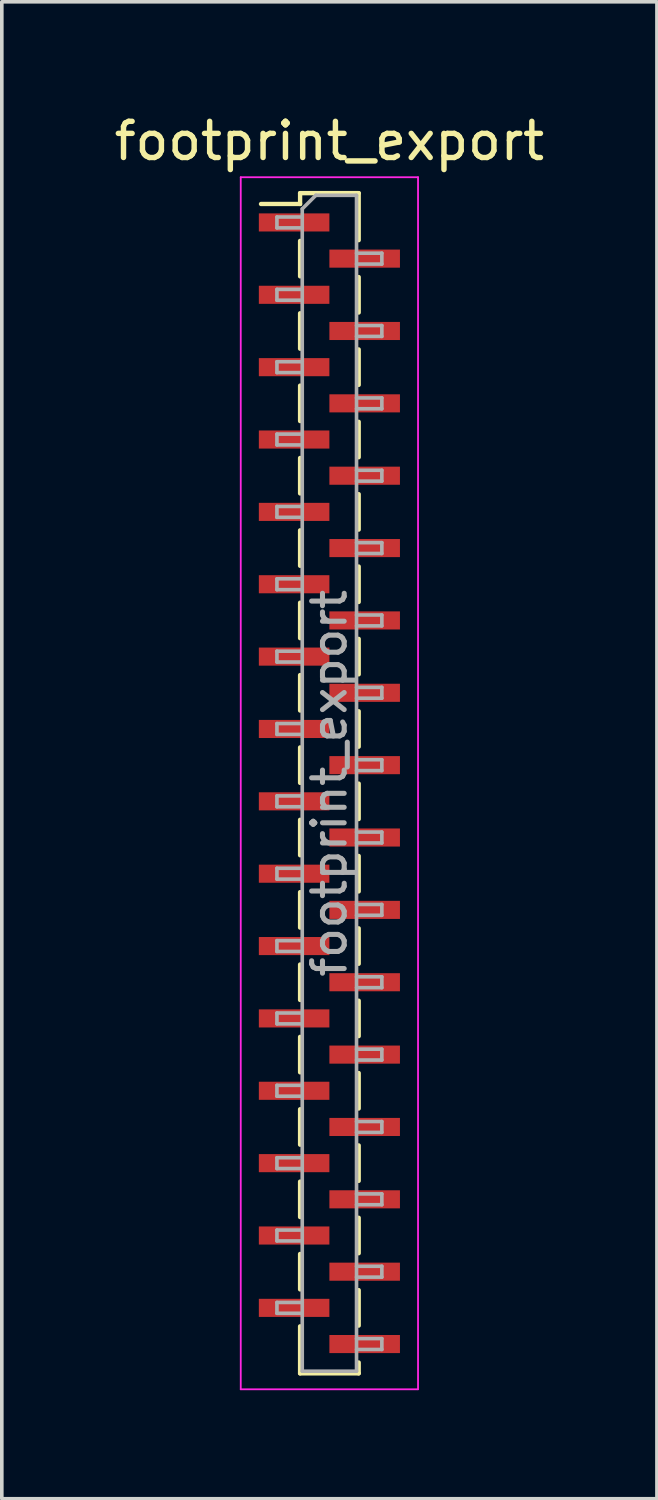
<source format=kicad_pcb>
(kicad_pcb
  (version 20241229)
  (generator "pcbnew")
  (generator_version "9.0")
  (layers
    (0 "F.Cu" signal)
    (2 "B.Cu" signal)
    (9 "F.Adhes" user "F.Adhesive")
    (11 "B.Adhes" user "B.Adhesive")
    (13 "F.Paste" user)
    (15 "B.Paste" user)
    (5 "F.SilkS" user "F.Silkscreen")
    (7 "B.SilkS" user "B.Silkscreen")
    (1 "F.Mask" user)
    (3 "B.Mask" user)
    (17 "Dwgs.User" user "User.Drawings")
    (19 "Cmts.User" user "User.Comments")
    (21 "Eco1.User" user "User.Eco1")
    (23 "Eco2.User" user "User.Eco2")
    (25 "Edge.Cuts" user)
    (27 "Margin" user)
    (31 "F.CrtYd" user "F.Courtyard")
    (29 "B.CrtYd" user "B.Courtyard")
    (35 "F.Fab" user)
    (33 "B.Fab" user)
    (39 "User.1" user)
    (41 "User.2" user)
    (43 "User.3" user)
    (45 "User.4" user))
  (footprint "footprint_export"
    (layer "F.Cu")
    (at 6.054 18.598)
    (property "Reference" "footprint_export" (at 0 -17.75 0) (layer "F.SilkS") (effects (font (size 1 1) (thickness 0.15))))
    (attr smd)
    (fp_line (start -1.89 -16.01) (end -0.81 -16.01) (stroke (width 0.12) (type solid)) (layer "F.SilkS"))
    (fp_line (start -0.81 -16.31) (end -0.81 -16.01) (stroke (width 0.12) (type solid)) (layer "F.SilkS"))
    (fp_line (start -0.81 -16.31) (end 0.81 -16.31) (stroke (width 0.12) (type solid)) (layer "F.SilkS"))
    (fp_line (start -0.81 -14.99) (end -0.81 -14.01) (stroke (width 0.12) (type solid)) (layer "F.SilkS"))
    (fp_line (start -0.81 -12.99) (end -0.81 -12.01) (stroke (width 0.12) (type solid)) (layer "F.SilkS"))
    (fp_line (start -0.81 -10.99) (end -0.81 -10.01) (stroke (width 0.12) (type solid)) (layer "F.SilkS"))
    (fp_line (start -0.81 -8.99) (end -0.81 -8.01) (stroke (width 0.12) (type solid)) (layer "F.SilkS"))
    (fp_line (start -0.81 -6.99) (end -0.81 -6.01) (stroke (width 0.12) (type solid)) (layer "F.SilkS"))
    (fp_line (start -0.81 -4.99) (end -0.81 -4.01) (stroke (width 0.12) (type solid)) (layer "F.SilkS"))
    (fp_line (start -0.81 -2.99) (end -0.81 -2.01) (stroke (width 0.12) (type solid)) (layer "F.SilkS"))
    (fp_line (start -0.81 -0.99) (end -0.81 -0.01) (stroke (width 0.12) (type solid)) (layer "F.SilkS"))
    (fp_line (start -0.81 1.01) (end -0.81 1.99) (stroke (width 0.12) (type solid)) (layer "F.SilkS"))
    (fp_line (start -0.81 3.01) (end -0.81 3.99) (stroke (width 0.12) (type solid)) (layer "F.SilkS"))
    (fp_line (start -0.81 5.01) (end -0.81 5.99) (stroke (width 0.12) (type solid)) (layer "F.SilkS"))
    (fp_line (start -0.81 7.01) (end -0.81 7.99) (stroke (width 0.12) (type solid)) (layer "F.SilkS"))
    (fp_line (start -0.81 9.01) (end -0.81 9.99) (stroke (width 0.12) (type solid)) (layer "F.SilkS"))
    (fp_line (start -0.81 11.01) (end -0.81 11.99) (stroke (width 0.12) (type solid)) (layer "F.SilkS"))
    (fp_line (start -0.81 13.01) (end -0.81 13.99) (stroke (width 0.12) (type solid)) (layer "F.SilkS"))
    (fp_line (start -0.81 15.01) (end -0.81 16.31) (stroke (width 0.12) (type solid)) (layer "F.SilkS"))
    (fp_line (start -0.81 16.31) (end 0.81 16.31) (stroke (width 0.12) (type solid)) (layer "F.SilkS"))
    (fp_line (start 0.81 -16.31) (end 0.81 -15.01) (stroke (width 0.12) (type solid)) (layer "F.SilkS"))
    (fp_line (start 0.81 -13.99) (end 0.81 -13.01) (stroke (width 0.12) (type solid)) (layer "F.SilkS"))
    (fp_line (start 0.81 -11.99) (end 0.81 -11.01) (stroke (width 0.12) (type solid)) (layer "F.SilkS"))
    (fp_line (start 0.81 -9.99) (end 0.81 -9.01) (stroke (width 0.12) (type solid)) (layer "F.SilkS"))
    (fp_line (start 0.81 -7.99) (end 0.81 -7.01) (stroke (width 0.12) (type solid)) (layer "F.SilkS"))
    (fp_line (start 0.81 -5.99) (end 0.81 -5.01) (stroke (width 0.12) (type solid)) (layer "F.SilkS"))
    (fp_line (start 0.81 -3.99) (end 0.81 -3.01) (stroke (width 0.12) (type solid)) (layer "F.SilkS"))
    (fp_line (start 0.81 -1.99) (end 0.81 -1.01) (stroke (width 0.12) (type solid)) (layer "F.SilkS"))
    (fp_line (start 0.81 0.01) (end 0.81 0.99) (stroke (width 0.12) (type solid)) (layer "F.SilkS"))
    (fp_line (start 0.81 2.01) (end 0.81 2.99) (stroke (width 0.12) (type solid)) (layer "F.SilkS"))
    (fp_line (start 0.81 4.01) (end 0.81 4.99) (stroke (width 0.12) (type solid)) (layer "F.SilkS"))
    (fp_line (start 0.81 6.01) (end 0.81 6.99) (stroke (width 0.12) (type solid)) (layer "F.SilkS"))
    (fp_line (start 0.81 8.01) (end 0.81 8.99) (stroke (width 0.12) (type solid)) (layer "F.SilkS"))
    (fp_line (start 0.81 10.01) (end 0.81 10.99) (stroke (width 0.12) (type solid)) (layer "F.SilkS"))
    (fp_line (start 0.81 12.01) (end 0.81 12.99) (stroke (width 0.12) (type solid)) (layer "F.SilkS"))
    (fp_line (start 0.81 14.01) (end 0.81 14.99) (stroke (width 0.12) (type solid)) (layer "F.SilkS"))
    (fp_line (start 0.81 16.01) (end 0.81 16.31) (stroke (width 0.12) (type solid)) (layer "F.SilkS"))
    (fp_line (start -2.45 -16.75) (end 2.45 -16.75) (stroke (width 0.05) (type solid)) (layer "F.CrtYd"))
    (fp_line (start -2.45 16.75) (end -2.45 -16.75) (stroke (width 0.05) (type solid)) (layer "F.CrtYd"))
    (fp_line (start 2.45 -16.75) (end 2.45 16.75) (stroke (width 0.05) (type solid)) (layer "F.CrtYd"))
    (fp_line (start 2.45 16.75) (end -2.45 16.75) (stroke (width 0.05) (type solid)) (layer "F.CrtYd"))
    (fp_line (start -1.45 -15.65) (end -0.75 -15.65) (stroke (width 0.1) (type solid)) (layer "F.Fab"))
    (fp_line (start -1.45 -15.35) (end -1.45 -15.65) (stroke (width 0.1) (type solid)) (layer "F.Fab"))
    (fp_line (start -1.45 -13.65) (end -0.75 -13.65) (stroke (width 0.1) (type solid)) (layer "F.Fab"))
    (fp_line (start -1.45 -13.35) (end -1.45 -13.65) (stroke (width 0.1) (type solid)) (layer "F.Fab"))
    (fp_line (start -1.45 -11.65) (end -0.75 -11.65) (stroke (width 0.1) (type solid)) (layer "F.Fab"))
    (fp_line (start -1.45 -11.35) (end -1.45 -11.65) (stroke (width 0.1) (type solid)) (layer "F.Fab"))
    (fp_line (start -1.45 -9.65) (end -0.75 -9.65) (stroke (width 0.1) (type solid)) (layer "F.Fab"))
    (fp_line (start -1.45 -9.35) (end -1.45 -9.65) (stroke (width 0.1) (type solid)) (layer "F.Fab"))
    (fp_line (start -1.45 -7.65) (end -0.75 -7.65) (stroke (width 0.1) (type solid)) (layer "F.Fab"))
    (fp_line (start -1.45 -7.35) (end -1.45 -7.65) (stroke (width 0.1) (type solid)) (layer "F.Fab"))
    (fp_line (start -1.45 -5.65) (end -0.75 -5.65) (stroke (width 0.1) (type solid)) (layer "F.Fab"))
    (fp_line (start -1.45 -5.35) (end -1.45 -5.65) (stroke (width 0.1) (type solid)) (layer "F.Fab"))
    (fp_line (start -1.45 -3.65) (end -0.75 -3.65) (stroke (width 0.1) (type solid)) (layer "F.Fab"))
    (fp_line (start -1.45 -3.35) (end -1.45 -3.65) (stroke (width 0.1) (type solid)) (layer "F.Fab"))
    (fp_line (start -1.45 -1.65) (end -0.75 -1.65) (stroke (width 0.1) (type solid)) (layer "F.Fab"))
    (fp_line (start -1.45 -1.35) (end -1.45 -1.65) (stroke (width 0.1) (type solid)) (layer "F.Fab"))
    (fp_line (start -1.45 0.35) (end -0.75 0.35) (stroke (width 0.1) (type solid)) (layer "F.Fab"))
    (fp_line (start -1.45 0.65) (end -1.45 0.35) (stroke (width 0.1) (type solid)) (layer "F.Fab"))
    (fp_line (start -1.45 2.35) (end -0.75 2.35) (stroke (width 0.1) (type solid)) (layer "F.Fab"))
    (fp_line (start -1.45 2.65) (end -1.45 2.35) (stroke (width 0.1) (type solid)) (layer "F.Fab"))
    (fp_line (start -1.45 4.35) (end -0.75 4.35) (stroke (width 0.1) (type solid)) (layer "F.Fab"))
    (fp_line (start -1.45 4.65) (end -1.45 4.35) (stroke (width 0.1) (type solid)) (layer "F.Fab"))
    (fp_line (start -1.45 6.35) (end -0.75 6.35) (stroke (width 0.1) (type solid)) (layer "F.Fab"))
    (fp_line (start -1.45 6.65) (end -1.45 6.35) (stroke (width 0.1) (type solid)) (layer "F.Fab"))
    (fp_line (start -1.45 8.35) (end -0.75 8.35) (stroke (width 0.1) (type solid)) (layer "F.Fab"))
    (fp_line (start -1.45 8.65) (end -1.45 8.35) (stroke (width 0.1) (type solid)) (layer "F.Fab"))
    (fp_line (start -1.45 10.35) (end -0.75 10.35) (stroke (width 0.1) (type solid)) (layer "F.Fab"))
    (fp_line (start -1.45 10.65) (end -1.45 10.35) (stroke (width 0.1) (type solid)) (layer "F.Fab"))
    (fp_line (start -1.45 12.35) (end -0.75 12.35) (stroke (width 0.1) (type solid)) (layer "F.Fab"))
    (fp_line (start -1.45 12.65) (end -1.45 12.35) (stroke (width 0.1) (type solid)) (layer "F.Fab"))
    (fp_line (start -1.45 14.35) (end -0.75 14.35) (stroke (width 0.1) (type solid)) (layer "F.Fab"))
    (fp_line (start -1.45 14.65) (end -1.45 14.35) (stroke (width 0.1) (type solid)) (layer "F.Fab"))
    (fp_line (start -0.75 -15.875) (end -0.375 -16.25) (stroke (width 0.1) (type solid)) (layer "F.Fab"))
    (fp_line (start -0.75 -15.35) (end -1.45 -15.35) (stroke (width 0.1) (type solid)) (layer "F.Fab"))
    (fp_line (start -0.75 -13.35) (end -1.45 -13.35) (stroke (width 0.1) (type solid)) (layer "F.Fab"))
    (fp_line (start -0.75 -11.35) (end -1.45 -11.35) (stroke (width 0.1) (type solid)) (layer "F.Fab"))
    (fp_line (start -0.75 -9.35) (end -1.45 -9.35) (stroke (width 0.1) (type solid)) (layer "F.Fab"))
    (fp_line (start -0.75 -7.35) (end -1.45 -7.35) (stroke (width 0.1) (type solid)) (layer "F.Fab"))
    (fp_line (start -0.75 -5.35) (end -1.45 -5.35) (stroke (width 0.1) (type solid)) (layer "F.Fab"))
    (fp_line (start -0.75 -3.35) (end -1.45 -3.35) (stroke (width 0.1) (type solid)) (layer "F.Fab"))
    (fp_line (start -0.75 -1.35) (end -1.45 -1.35) (stroke (width 0.1) (type solid)) (layer "F.Fab"))
    (fp_line (start -0.75 0.65) (end -1.45 0.65) (stroke (width 0.1) (type solid)) (layer "F.Fab"))
    (fp_line (start -0.75 2.65) (end -1.45 2.65) (stroke (width 0.1) (type solid)) (layer "F.Fab"))
    (fp_line (start -0.75 4.65) (end -1.45 4.65) (stroke (width 0.1) (type solid)) (layer "F.Fab"))
    (fp_line (start -0.75 6.65) (end -1.45 6.65) (stroke (width 0.1) (type solid)) (layer "F.Fab"))
    (fp_line (start -0.75 8.65) (end -1.45 8.65) (stroke (width 0.1) (type solid)) (layer "F.Fab"))
    (fp_line (start -0.75 10.65) (end -1.45 10.65) (stroke (width 0.1) (type solid)) (layer "F.Fab"))
    (fp_line (start -0.75 12.65) (end -1.45 12.65) (stroke (width 0.1) (type solid)) (layer "F.Fab"))
    (fp_line (start -0.75 14.65) (end -1.45 14.65) (stroke (width 0.1) (type solid)) (layer "F.Fab"))
    (fp_line (start -0.75 16.25) (end -0.75 -15.875) (stroke (width 0.1) (type solid)) (layer "F.Fab"))
    (fp_line (start -0.375 -16.25) (end 0.75 -16.25) (stroke (width 0.1) (type solid)) (layer "F.Fab"))
    (fp_line (start 0.75 -16.25) (end 0.75 16.25) (stroke (width 0.1) (type solid)) (layer "F.Fab"))
    (fp_line (start 0.75 -14.65) (end 1.45 -14.65) (stroke (width 0.1) (type solid)) (layer "F.Fab"))
    (fp_line (start 0.75 -12.65) (end 1.45 -12.65) (stroke (width 0.1) (type solid)) (layer "F.Fab"))
    (fp_line (start 0.75 -10.65) (end 1.45 -10.65) (stroke (width 0.1) (type solid)) (layer "F.Fab"))
    (fp_line (start 0.75 -8.65) (end 1.45 -8.65) (stroke (width 0.1) (type solid)) (layer "F.Fab"))
    (fp_line (start 0.75 -6.65) (end 1.45 -6.65) (stroke (width 0.1) (type solid)) (layer "F.Fab"))
    (fp_line (start 0.75 -4.65) (end 1.45 -4.65) (stroke (width 0.1) (type solid)) (layer "F.Fab"))
    (fp_line (start 0.75 -2.65) (end 1.45 -2.65) (stroke (width 0.1) (type solid)) (layer "F.Fab"))
    (fp_line (start 0.75 -0.65) (end 1.45 -0.65) (stroke (width 0.1) (type solid)) (layer "F.Fab"))
    (fp_line (start 0.75 1.35) (end 1.45 1.35) (stroke (width 0.1) (type solid)) (layer "F.Fab"))
    (fp_line (start 0.75 3.35) (end 1.45 3.35) (stroke (width 0.1) (type solid)) (layer "F.Fab"))
    (fp_line (start 0.75 5.35) (end 1.45 5.35) (stroke (width 0.1) (type solid)) (layer "F.Fab"))
    (fp_line (start 0.75 7.35) (end 1.45 7.35) (stroke (width 0.1) (type solid)) (layer "F.Fab"))
    (fp_line (start 0.75 9.35) (end 1.45 9.35) (stroke (width 0.1) (type solid)) (layer "F.Fab"))
    (fp_line (start 0.75 11.35) (end 1.45 11.35) (stroke (width 0.1) (type solid)) (layer "F.Fab"))
    (fp_line (start 0.75 13.35) (end 1.45 13.35) (stroke (width 0.1) (type solid)) (layer "F.Fab"))
    (fp_line (start 0.75 15.35) (end 1.45 15.35) (stroke (width 0.1) (type solid)) (layer "F.Fab"))
    (fp_line (start 0.75 16.25) (end -0.75 16.25) (stroke (width 0.1) (type solid)) (layer "F.Fab"))
    (fp_line (start 1.45 -14.65) (end 1.45 -14.35) (stroke (width 0.1) (type solid)) (layer "F.Fab"))
    (fp_line (start 1.45 -14.35) (end 0.75 -14.35) (stroke (width 0.1) (type solid)) (layer "F.Fab"))
    (fp_line (start 1.45 -12.65) (end 1.45 -12.35) (stroke (width 0.1) (type solid)) (layer "F.Fab"))
    (fp_line (start 1.45 -12.35) (end 0.75 -12.35) (stroke (width 0.1) (type solid)) (layer "F.Fab"))
    (fp_line (start 1.45 -10.65) (end 1.45 -10.35) (stroke (width 0.1) (type solid)) (layer "F.Fab"))
    (fp_line (start 1.45 -10.35) (end 0.75 -10.35) (stroke (width 0.1) (type solid)) (layer "F.Fab"))
    (fp_line (start 1.45 -8.65) (end 1.45 -8.35) (stroke (width 0.1) (type solid)) (layer "F.Fab"))
    (fp_line (start 1.45 -8.35) (end 0.75 -8.35) (stroke (width 0.1) (type solid)) (layer "F.Fab"))
    (fp_line (start 1.45 -6.65) (end 1.45 -6.35) (stroke (width 0.1) (type solid)) (layer "F.Fab"))
    (fp_line (start 1.45 -6.35) (end 0.75 -6.35) (stroke (width 0.1) (type solid)) (layer "F.Fab"))
    (fp_line (start 1.45 -4.65) (end 1.45 -4.35) (stroke (width 0.1) (type solid)) (layer "F.Fab"))
    (fp_line (start 1.45 -4.35) (end 0.75 -4.35) (stroke (width 0.1) (type solid)) (layer "F.Fab"))
    (fp_line (start 1.45 -2.65) (end 1.45 -2.35) (stroke (width 0.1) (type solid)) (layer "F.Fab"))
    (fp_line (start 1.45 -2.35) (end 0.75 -2.35) (stroke (width 0.1) (type solid)) (layer "F.Fab"))
    (fp_line (start 1.45 -0.65) (end 1.45 -0.35) (stroke (width 0.1) (type solid)) (layer "F.Fab"))
    (fp_line (start 1.45 -0.35) (end 0.75 -0.35) (stroke (width 0.1) (type solid)) (layer "F.Fab"))
    (fp_line (start 1.45 1.35) (end 1.45 1.65) (stroke (width 0.1) (type solid)) (layer "F.Fab"))
    (fp_line (start 1.45 1.65) (end 0.75 1.65) (stroke (width 0.1) (type solid)) (layer "F.Fab"))
    (fp_line (start 1.45 3.35) (end 1.45 3.65) (stroke (width 0.1) (type solid)) (layer "F.Fab"))
    (fp_line (start 1.45 3.65) (end 0.75 3.65) (stroke (width 0.1) (type solid)) (layer "F.Fab"))
    (fp_line (start 1.45 5.35) (end 1.45 5.65) (stroke (width 0.1) (type solid)) (layer "F.Fab"))
    (fp_line (start 1.45 5.65) (end 0.75 5.65) (stroke (width 0.1) (type solid)) (layer "F.Fab"))
    (fp_line (start 1.45 7.35) (end 1.45 7.65) (stroke (width 0.1) (type solid)) (layer "F.Fab"))
    (fp_line (start 1.45 7.65) (end 0.75 7.65) (stroke (width 0.1) (type solid)) (layer "F.Fab"))
    (fp_line (start 1.45 9.35) (end 1.45 9.65) (stroke (width 0.1) (type solid)) (layer "F.Fab"))
    (fp_line (start 1.45 9.65) (end 0.75 9.65) (stroke (width 0.1) (type solid)) (layer "F.Fab"))
    (fp_line (start 1.45 11.35) (end 1.45 11.65) (stroke (width 0.1) (type solid)) (layer "F.Fab"))
    (fp_line (start 1.45 11.65) (end 0.75 11.65) (stroke (width 0.1) (type solid)) (layer "F.Fab"))
    (fp_line (start 1.45 13.35) (end 1.45 13.65) (stroke (width 0.1) (type solid)) (layer "F.Fab"))
    (fp_line (start 1.45 13.65) (end 0.75 13.65) (stroke (width 0.1) (type solid)) (layer "F.Fab"))
    (fp_line (start 1.45 15.35) (end 1.45 15.65) (stroke (width 0.1) (type solid)) (layer "F.Fab"))
    (fp_line (start 1.45 15.65) (end 0.75 15.65) (stroke (width 0.1) (type solid)) (layer "F.Fab"))
    (fp_text user "${REFERENCE}" (at 0 0 90) (layer "F.Fab") (effects (font (size 0.9 0.9) (thickness 0.14))))
    (pad "1" smd rect (at -0.975 -15.5) (size 1.95 0.5) (layers "F.Cu" "F.Mask" "F.Paste"))
    (pad "2" smd rect (at 0.975 -14.5) (size 1.95 0.5) (layers "F.Cu" "F.Mask" "F.Paste"))
    (pad "3" smd rect (at -0.975 -13.5) (size 1.95 0.5) (layers "F.Cu" "F.Mask" "F.Paste"))
    (pad "4" smd rect (at 0.975 -12.5) (size 1.95 0.5) (layers "F.Cu" "F.Mask" "F.Paste"))
    (pad "5" smd rect (at -0.975 -11.5) (size 1.95 0.5) (layers "F.Cu" "F.Mask" "F.Paste"))
    (pad "6" smd rect (at 0.975 -10.5) (size 1.95 0.5) (layers "F.Cu" "F.Mask" "F.Paste"))
    (pad "7" smd rect (at -0.975 -9.5) (size 1.95 0.5) (layers "F.Cu" "F.Mask" "F.Paste"))
    (pad "8" smd rect (at 0.975 -8.5) (size 1.95 0.5) (layers "F.Cu" "F.Mask" "F.Paste"))
    (pad "9" smd rect (at -0.975 -7.5) (size 1.95 0.5) (layers "F.Cu" "F.Mask" "F.Paste"))
    (pad "10" smd rect (at 0.975 -6.5) (size 1.95 0.5) (layers "F.Cu" "F.Mask" "F.Paste"))
    (pad "11" smd rect (at -0.975 -5.5) (size 1.95 0.5) (layers "F.Cu" "F.Mask" "F.Paste"))
    (pad "12" smd rect (at 0.975 -4.5) (size 1.95 0.5) (layers "F.Cu" "F.Mask" "F.Paste"))
    (pad "13" smd rect (at -0.975 -3.5) (size 1.95 0.5) (layers "F.Cu" "F.Mask" "F.Paste"))
    (pad "14" smd rect (at 0.975 -2.5) (size 1.95 0.5) (layers "F.Cu" "F.Mask" "F.Paste"))
    (pad "15" smd rect (at -0.975 -1.5) (size 1.95 0.5) (layers "F.Cu" "F.Mask" "F.Paste"))
    (pad "16" smd rect (at 0.975 -0.5) (size 1.95 0.5) (layers "F.Cu" "F.Mask" "F.Paste"))
    (pad "17" smd rect (at -0.975 0.5) (size 1.95 0.5) (layers "F.Cu" "F.Mask" "F.Paste"))
    (pad "18" smd rect (at 0.975 1.5) (size 1.95 0.5) (layers "F.Cu" "F.Mask" "F.Paste"))
    (pad "19" smd rect (at -0.975 2.5) (size 1.95 0.5) (layers "F.Cu" "F.Mask" "F.Paste"))
    (pad "20" smd rect (at 0.975 3.5) (size 1.95 0.5) (layers "F.Cu" "F.Mask" "F.Paste"))
    (pad "21" smd rect (at -0.975 4.5) (size 1.95 0.5) (layers "F.Cu" "F.Mask" "F.Paste"))
    (pad "22" smd rect (at 0.975 5.5) (size 1.95 0.5) (layers "F.Cu" "F.Mask" "F.Paste"))
    (pad "23" smd rect (at -0.975 6.5) (size 1.95 0.5) (layers "F.Cu" "F.Mask" "F.Paste"))
    (pad "24" smd rect (at 0.975 7.5) (size 1.95 0.5) (layers "F.Cu" "F.Mask" "F.Paste"))
    (pad "25" smd rect (at -0.975 8.5) (size 1.95 0.5) (layers "F.Cu" "F.Mask" "F.Paste"))
    (pad "26" smd rect (at 0.975 9.5) (size 1.95 0.5) (layers "F.Cu" "F.Mask" "F.Paste"))
    (pad "27" smd rect (at -0.975 10.5) (size 1.95 0.5) (layers "F.Cu" "F.Mask" "F.Paste"))
    (pad "28" smd rect (at 0.975 11.5) (size 1.95 0.5) (layers "F.Cu" "F.Mask" "F.Paste"))
    (pad "29" smd rect (at -0.975 12.5) (size 1.95 0.5) (layers "F.Cu" "F.Mask" "F.Paste"))
    (pad "30" smd rect (at 0.975 13.5) (size 1.95 0.5) (layers "F.Cu" "F.Mask" "F.Paste"))
    (pad "31" smd rect (at -0.975 14.5) (size 1.95 0.5) (layers "F.Cu" "F.Mask" "F.Paste"))
    (pad "32" smd rect (at 0.975 15.5) (size 1.95 0.5) (layers "F.Cu" "F.Mask" "F.Paste")))
  (gr_rect
    (start -3 -3)
    (end 15.107 38.373)
    (stroke (width 0.1) (type default))
    (fill no)
    (layer "Edge.Cuts")))
</source>
